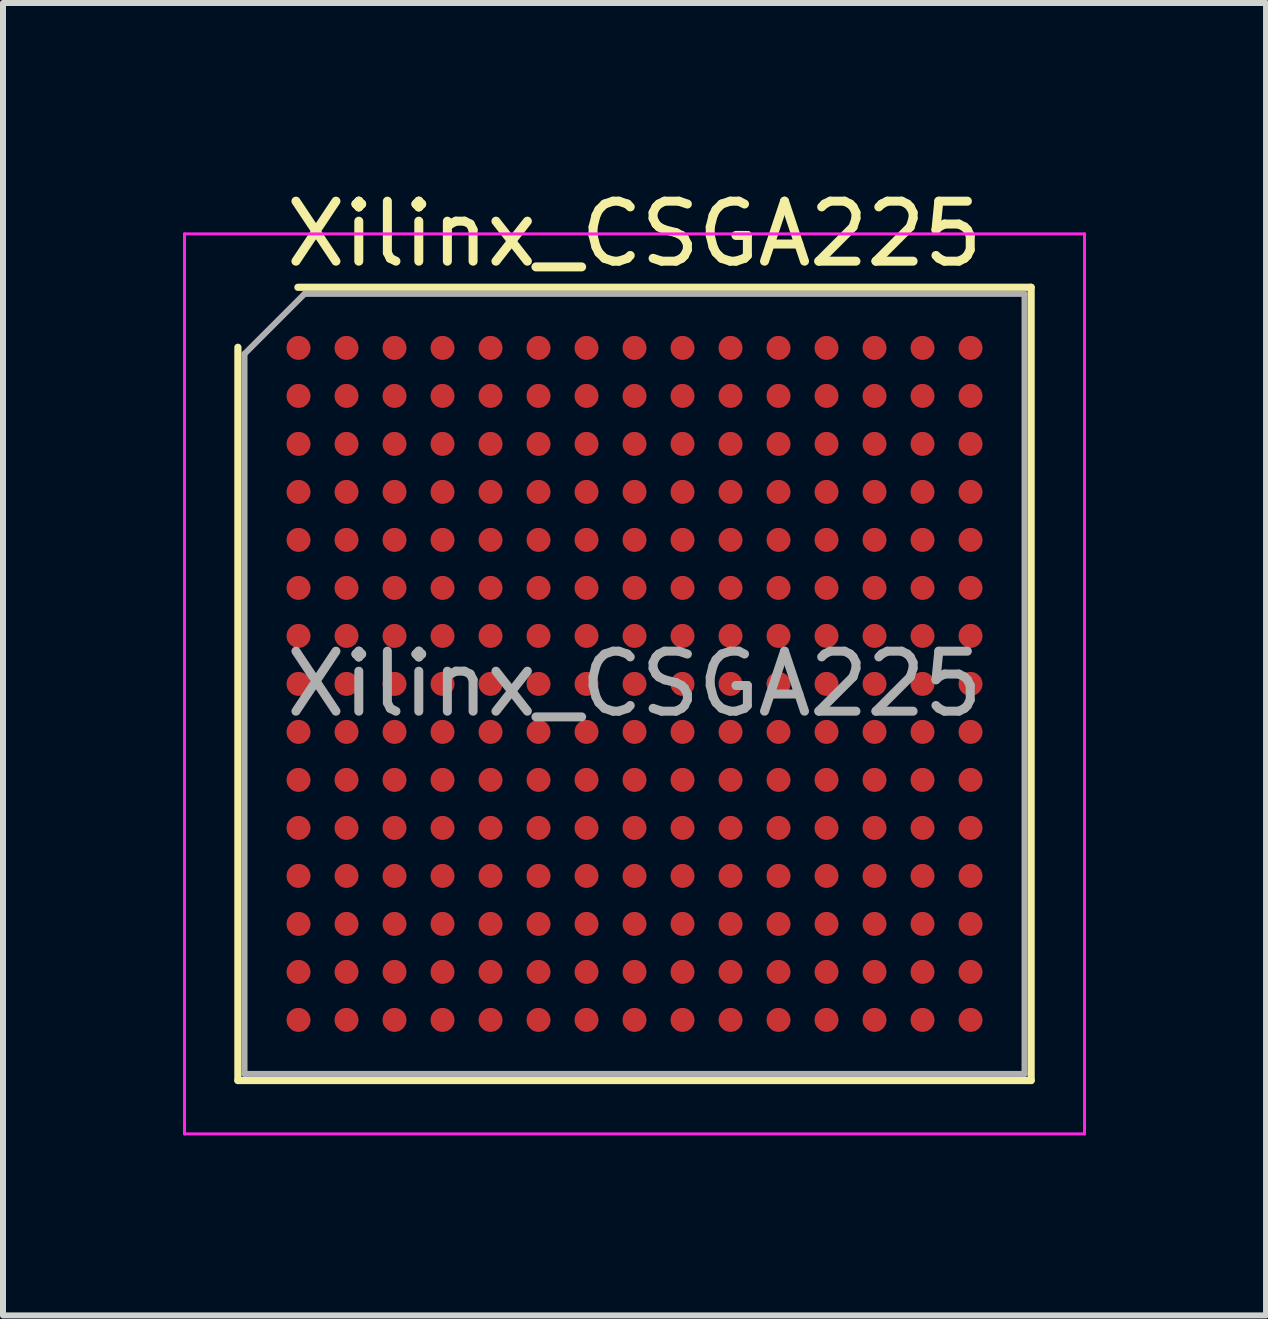
<source format=kicad_pcb>
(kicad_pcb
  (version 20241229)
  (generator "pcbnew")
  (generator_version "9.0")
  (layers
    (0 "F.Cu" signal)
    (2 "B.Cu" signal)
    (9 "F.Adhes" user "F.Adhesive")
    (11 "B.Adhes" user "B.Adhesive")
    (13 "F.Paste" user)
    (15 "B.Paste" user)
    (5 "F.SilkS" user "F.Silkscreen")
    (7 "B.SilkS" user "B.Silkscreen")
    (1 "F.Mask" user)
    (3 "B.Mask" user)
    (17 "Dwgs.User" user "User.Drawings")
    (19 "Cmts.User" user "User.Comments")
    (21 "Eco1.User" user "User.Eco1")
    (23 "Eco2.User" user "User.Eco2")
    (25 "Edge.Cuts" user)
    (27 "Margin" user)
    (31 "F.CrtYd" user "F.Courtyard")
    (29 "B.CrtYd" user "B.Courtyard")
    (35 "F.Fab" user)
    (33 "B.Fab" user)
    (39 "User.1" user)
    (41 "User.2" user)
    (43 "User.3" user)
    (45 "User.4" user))
  (footprint "Xilinx_CSGA225"
    (layer "F.Cu")
    (at 7.525 8.348)
    (property "Reference" "Xilinx_CSGA225" (at 0 -7.5 0) (layer "F.SilkS") (effects (font (size 1 1) (thickness 0.15))))
    (attr smd)
    (fp_line (start -6.61 6.61) (end -6.61 -5.61) (stroke (width 0.12) (type solid)) (layer "F.SilkS"))
    (fp_line (start -5.61 -6.61) (end 6.61 -6.61) (stroke (width 0.12) (type solid)) (layer "F.SilkS"))
    (fp_line (start 6.61 -6.61) (end 6.61 6.61) (stroke (width 0.12) (type solid)) (layer "F.SilkS"))
    (fp_line (start 6.61 6.61) (end -6.61 6.61) (stroke (width 0.12) (type solid)) (layer "F.SilkS"))
    (fp_line (start -7.5 -7.5) (end -7.5 7.5) (stroke (width 0.05) (type solid)) (layer "F.CrtYd"))
    (fp_line (start -7.5 7.5) (end 7.5 7.5) (stroke (width 0.05) (type solid)) (layer "F.CrtYd"))
    (fp_line (start 7.5 -7.5) (end -7.5 -7.5) (stroke (width 0.05) (type solid)) (layer "F.CrtYd"))
    (fp_line (start 7.5 7.5) (end 7.5 -7.5) (stroke (width 0.05) (type solid)) (layer "F.CrtYd"))
    (fp_line (start -6.5 -5.5) (end -5.5 -6.5) (stroke (width 0.1) (type solid)) (layer "F.Fab"))
    (fp_line (start -6.5 6.5) (end -6.5 -5.5) (stroke (width 0.1) (type solid)) (layer "F.Fab"))
    (fp_line (start -5.5 -6.5) (end 6.5 -6.5) (stroke (width 0.1) (type solid)) (layer "F.Fab"))
    (fp_line (start 6.5 -6.5) (end 6.5 6.5) (stroke (width 0.1) (type solid)) (layer "F.Fab"))
    (fp_line (start 6.5 6.5) (end -6.5 6.5) (stroke (width 0.1) (type solid)) (layer "F.Fab"))
    (fp_text user "${REFERENCE}" (at 0 0 0) (layer "F.Fab") (effects (font (size 1 1) (thickness 0.15))))
    (pad "A1" smd circle (at -5.6 -5.6) (size 0.4 0.4) (layers "F.Cu" "F.Mask" "F.Paste"))
    (pad "A2" smd circle (at -4.8 -5.6) (size 0.4 0.4) (layers "F.Cu" "F.Mask" "F.Paste"))
    (pad "A3" smd circle (at -4 -5.6) (size 0.4 0.4) (layers "F.Cu" "F.Mask" "F.Paste"))
    (pad "A4" smd circle (at -3.2 -5.6) (size 0.4 0.4) (layers "F.Cu" "F.Mask" "F.Paste"))
    (pad "A5" smd circle (at -2.4 -5.6) (size 0.4 0.4) (layers "F.Cu" "F.Mask" "F.Paste"))
    (pad "A6" smd circle (at -1.6 -5.6) (size 0.4 0.4) (layers "F.Cu" "F.Mask" "F.Paste"))
    (pad "A7" smd circle (at -0.8 -5.6) (size 0.4 0.4) (layers "F.Cu" "F.Mask" "F.Paste"))
    (pad "A8" smd circle (at 0 -5.6) (size 0.4 0.4) (layers "F.Cu" "F.Mask" "F.Paste"))
    (pad "A9" smd circle (at 0.8 -5.6) (size 0.4 0.4) (layers "F.Cu" "F.Mask" "F.Paste"))
    (pad "A10" smd circle (at 1.6 -5.6) (size 0.4 0.4) (layers "F.Cu" "F.Mask" "F.Paste"))
    (pad "A11" smd circle (at 2.4 -5.6) (size 0.4 0.4) (layers "F.Cu" "F.Mask" "F.Paste"))
    (pad "A12" smd circle (at 3.2 -5.6) (size 0.4 0.4) (layers "F.Cu" "F.Mask" "F.Paste"))
    (pad "A13" smd circle (at 4 -5.6) (size 0.4 0.4) (layers "F.Cu" "F.Mask" "F.Paste"))
    (pad "A14" smd circle (at 4.8 -5.6) (size 0.4 0.4) (layers "F.Cu" "F.Mask" "F.Paste"))
    (pad "A15" smd circle (at 5.6 -5.6) (size 0.4 0.4) (layers "F.Cu" "F.Mask" "F.Paste"))
    (pad "B1" smd circle (at -5.6 -4.8) (size 0.4 0.4) (layers "F.Cu" "F.Mask" "F.Paste"))
    (pad "B2" smd circle (at -4.8 -4.8) (size 0.4 0.4) (layers "F.Cu" "F.Mask" "F.Paste"))
    (pad "B3" smd circle (at -4 -4.8) (size 0.4 0.4) (layers "F.Cu" "F.Mask" "F.Paste"))
    (pad "B4" smd circle (at -3.2 -4.8) (size 0.4 0.4) (layers "F.Cu" "F.Mask" "F.Paste"))
    (pad "B5" smd circle (at -2.4 -4.8) (size 0.4 0.4) (layers "F.Cu" "F.Mask" "F.Paste"))
    (pad "B6" smd circle (at -1.6 -4.8) (size 0.4 0.4) (layers "F.Cu" "F.Mask" "F.Paste"))
    (pad "B7" smd circle (at -0.8 -4.8) (size 0.4 0.4) (layers "F.Cu" "F.Mask" "F.Paste"))
    (pad "B8" smd circle (at 0 -4.8) (size 0.4 0.4) (layers "F.Cu" "F.Mask" "F.Paste"))
    (pad "B9" smd circle (at 0.8 -4.8) (size 0.4 0.4) (layers "F.Cu" "F.Mask" "F.Paste"))
    (pad "B10" smd circle (at 1.6 -4.8) (size 0.4 0.4) (layers "F.Cu" "F.Mask" "F.Paste"))
    (pad "B11" smd circle (at 2.4 -4.8) (size 0.4 0.4) (layers "F.Cu" "F.Mask" "F.Paste"))
    (pad "B12" smd circle (at 3.2 -4.8) (size 0.4 0.4) (layers "F.Cu" "F.Mask" "F.Paste"))
    (pad "B13" smd circle (at 4 -4.8) (size 0.4 0.4) (layers "F.Cu" "F.Mask" "F.Paste"))
    (pad "B14" smd circle (at 4.8 -4.8) (size 0.4 0.4) (layers "F.Cu" "F.Mask" "F.Paste"))
    (pad "B15" smd circle (at 5.6 -4.8) (size 0.4 0.4) (layers "F.Cu" "F.Mask" "F.Paste"))
    (pad "C1" smd circle (at -5.6 -4) (size 0.4 0.4) (layers "F.Cu" "F.Mask" "F.Paste"))
    (pad "C2" smd circle (at -4.8 -4) (size 0.4 0.4) (layers "F.Cu" "F.Mask" "F.Paste"))
    (pad "C3" smd circle (at -4 -4) (size 0.4 0.4) (layers "F.Cu" "F.Mask" "F.Paste"))
    (pad "C4" smd circle (at -3.2 -4) (size 0.4 0.4) (layers "F.Cu" "F.Mask" "F.Paste"))
    (pad "C5" smd circle (at -2.4 -4) (size 0.4 0.4) (layers "F.Cu" "F.Mask" "F.Paste"))
    (pad "C6" smd circle (at -1.6 -4) (size 0.4 0.4) (layers "F.Cu" "F.Mask" "F.Paste"))
    (pad "C7" smd circle (at -0.8 -4) (size 0.4 0.4) (layers "F.Cu" "F.Mask" "F.Paste"))
    (pad "C8" smd circle (at 0 -4) (size 0.4 0.4) (layers "F.Cu" "F.Mask" "F.Paste"))
    (pad "C9" smd circle (at 0.8 -4) (size 0.4 0.4) (layers "F.Cu" "F.Mask" "F.Paste"))
    (pad "C10" smd circle (at 1.6 -4) (size 0.4 0.4) (layers "F.Cu" "F.Mask" "F.Paste"))
    (pad "C11" smd circle (at 2.4 -4) (size 0.4 0.4) (layers "F.Cu" "F.Mask" "F.Paste"))
    (pad "C12" smd circle (at 3.2 -4) (size 0.4 0.4) (layers "F.Cu" "F.Mask" "F.Paste"))
    (pad "C13" smd circle (at 4 -4) (size 0.4 0.4) (layers "F.Cu" "F.Mask" "F.Paste"))
    (pad "C14" smd circle (at 4.8 -4) (size 0.4 0.4) (layers "F.Cu" "F.Mask" "F.Paste"))
    (pad "C15" smd circle (at 5.6 -4) (size 0.4 0.4) (layers "F.Cu" "F.Mask" "F.Paste"))
    (pad "D1" smd circle (at -5.6 -3.2) (size 0.4 0.4) (layers "F.Cu" "F.Mask" "F.Paste"))
    (pad "D2" smd circle (at -4.8 -3.2) (size 0.4 0.4) (layers "F.Cu" "F.Mask" "F.Paste"))
    (pad "D3" smd circle (at -4 -3.2) (size 0.4 0.4) (layers "F.Cu" "F.Mask" "F.Paste"))
    (pad "D4" smd circle (at -3.2 -3.2) (size 0.4 0.4) (layers "F.Cu" "F.Mask" "F.Paste"))
    (pad "D5" smd circle (at -2.4 -3.2) (size 0.4 0.4) (layers "F.Cu" "F.Mask" "F.Paste"))
    (pad "D6" smd circle (at -1.6 -3.2) (size 0.4 0.4) (layers "F.Cu" "F.Mask" "F.Paste"))
    (pad "D7" smd circle (at -0.8 -3.2) (size 0.4 0.4) (layers "F.Cu" "F.Mask" "F.Paste"))
    (pad "D8" smd circle (at 0 -3.2) (size 0.4 0.4) (layers "F.Cu" "F.Mask" "F.Paste"))
    (pad "D9" smd circle (at 0.8 -3.2) (size 0.4 0.4) (layers "F.Cu" "F.Mask" "F.Paste"))
    (pad "D10" smd circle (at 1.6 -3.2) (size 0.4 0.4) (layers "F.Cu" "F.Mask" "F.Paste"))
    (pad "D11" smd circle (at 2.4 -3.2) (size 0.4 0.4) (layers "F.Cu" "F.Mask" "F.Paste"))
    (pad "D12" smd circle (at 3.2 -3.2) (size 0.4 0.4) (layers "F.Cu" "F.Mask" "F.Paste"))
    (pad "D13" smd circle (at 4 -3.2) (size 0.4 0.4) (layers "F.Cu" "F.Mask" "F.Paste"))
    (pad "D14" smd circle (at 4.8 -3.2) (size 0.4 0.4) (layers "F.Cu" "F.Mask" "F.Paste"))
    (pad "D15" smd circle (at 5.6 -3.2) (size 0.4 0.4) (layers "F.Cu" "F.Mask" "F.Paste"))
    (pad "E1" smd circle (at -5.6 -2.4) (size 0.4 0.4) (layers "F.Cu" "F.Mask" "F.Paste"))
    (pad "E2" smd circle (at -4.8 -2.4) (size 0.4 0.4) (layers "F.Cu" "F.Mask" "F.Paste"))
    (pad "E3" smd circle (at -4 -2.4) (size 0.4 0.4) (layers "F.Cu" "F.Mask" "F.Paste"))
    (pad "E4" smd circle (at -3.2 -2.4) (size 0.4 0.4) (layers "F.Cu" "F.Mask" "F.Paste"))
    (pad "E5" smd circle (at -2.4 -2.4) (size 0.4 0.4) (layers "F.Cu" "F.Mask" "F.Paste"))
    (pad "E6" smd circle (at -1.6 -2.4) (size 0.4 0.4) (layers "F.Cu" "F.Mask" "F.Paste"))
    (pad "E7" smd circle (at -0.8 -2.4) (size 0.4 0.4) (layers "F.Cu" "F.Mask" "F.Paste"))
    (pad "E8" smd circle (at 0 -2.4) (size 0.4 0.4) (layers "F.Cu" "F.Mask" "F.Paste"))
    (pad "E9" smd circle (at 0.8 -2.4) (size 0.4 0.4) (layers "F.Cu" "F.Mask" "F.Paste"))
    (pad "E10" smd circle (at 1.6 -2.4) (size 0.4 0.4) (layers "F.Cu" "F.Mask" "F.Paste"))
    (pad "E11" smd circle (at 2.4 -2.4) (size 0.4 0.4) (layers "F.Cu" "F.Mask" "F.Paste"))
    (pad "E12" smd circle (at 3.2 -2.4) (size 0.4 0.4) (layers "F.Cu" "F.Mask" "F.Paste"))
    (pad "E13" smd circle (at 4 -2.4) (size 0.4 0.4) (layers "F.Cu" "F.Mask" "F.Paste"))
    (pad "E14" smd circle (at 4.8 -2.4) (size 0.4 0.4) (layers "F.Cu" "F.Mask" "F.Paste"))
    (pad "E15" smd circle (at 5.6 -2.4) (size 0.4 0.4) (layers "F.Cu" "F.Mask" "F.Paste"))
    (pad "F1" smd circle (at -5.6 -1.6) (size 0.4 0.4) (layers "F.Cu" "F.Mask" "F.Paste"))
    (pad "F2" smd circle (at -4.8 -1.6) (size 0.4 0.4) (layers "F.Cu" "F.Mask" "F.Paste"))
    (pad "F3" smd circle (at -4 -1.6) (size 0.4 0.4) (layers "F.Cu" "F.Mask" "F.Paste"))
    (pad "F4" smd circle (at -3.2 -1.6) (size 0.4 0.4) (layers "F.Cu" "F.Mask" "F.Paste"))
    (pad "F5" smd circle (at -2.4 -1.6) (size 0.4 0.4) (layers "F.Cu" "F.Mask" "F.Paste"))
    (pad "F6" smd circle (at -1.6 -1.6) (size 0.4 0.4) (layers "F.Cu" "F.Mask" "F.Paste"))
    (pad "F7" smd circle (at -0.8 -1.6) (size 0.4 0.4) (layers "F.Cu" "F.Mask" "F.Paste"))
    (pad "F8" smd circle (at 0 -1.6) (size 0.4 0.4) (layers "F.Cu" "F.Mask" "F.Paste"))
    (pad "F9" smd circle (at 0.8 -1.6) (size 0.4 0.4) (layers "F.Cu" "F.Mask" "F.Paste"))
    (pad "F10" smd circle (at 1.6 -1.6) (size 0.4 0.4) (layers "F.Cu" "F.Mask" "F.Paste"))
    (pad "F11" smd circle (at 2.4 -1.6) (size 0.4 0.4) (layers "F.Cu" "F.Mask" "F.Paste"))
    (pad "F12" smd circle (at 3.2 -1.6) (size 0.4 0.4) (layers "F.Cu" "F.Mask" "F.Paste"))
    (pad "F13" smd circle (at 4 -1.6) (size 0.4 0.4) (layers "F.Cu" "F.Mask" "F.Paste"))
    (pad "F14" smd circle (at 4.8 -1.6) (size 0.4 0.4) (layers "F.Cu" "F.Mask" "F.Paste"))
    (pad "F15" smd circle (at 5.6 -1.6) (size 0.4 0.4) (layers "F.Cu" "F.Mask" "F.Paste"))
    (pad "G1" smd circle (at -5.6 -0.8) (size 0.4 0.4) (layers "F.Cu" "F.Mask" "F.Paste"))
    (pad "G2" smd circle (at -4.8 -0.8) (size 0.4 0.4) (layers "F.Cu" "F.Mask" "F.Paste"))
    (pad "G3" smd circle (at -4 -0.8) (size 0.4 0.4) (layers "F.Cu" "F.Mask" "F.Paste"))
    (pad "G4" smd circle (at -3.2 -0.8) (size 0.4 0.4) (layers "F.Cu" "F.Mask" "F.Paste"))
    (pad "G5" smd circle (at -2.4 -0.8) (size 0.4 0.4) (layers "F.Cu" "F.Mask" "F.Paste"))
    (pad "G6" smd circle (at -1.6 -0.8) (size 0.4 0.4) (layers "F.Cu" "F.Mask" "F.Paste"))
    (pad "G7" smd circle (at -0.8 -0.8) (size 0.4 0.4) (layers "F.Cu" "F.Mask" "F.Paste"))
    (pad "G8" smd circle (at 0 -0.8) (size 0.4 0.4) (layers "F.Cu" "F.Mask" "F.Paste"))
    (pad "G9" smd circle (at 0.8 -0.8) (size 0.4 0.4) (layers "F.Cu" "F.Mask" "F.Paste"))
    (pad "G10" smd circle (at 1.6 -0.8) (size 0.4 0.4) (layers "F.Cu" "F.Mask" "F.Paste"))
    (pad "G11" smd circle (at 2.4 -0.8) (size 0.4 0.4) (layers "F.Cu" "F.Mask" "F.Paste"))
    (pad "G12" smd circle (at 3.2 -0.8) (size 0.4 0.4) (layers "F.Cu" "F.Mask" "F.Paste"))
    (pad "G13" smd circle (at 4 -0.8) (size 0.4 0.4) (layers "F.Cu" "F.Mask" "F.Paste"))
    (pad "G14" smd circle (at 4.8 -0.8) (size 0.4 0.4) (layers "F.Cu" "F.Mask" "F.Paste"))
    (pad "G15" smd circle (at 5.6 -0.8) (size 0.4 0.4) (layers "F.Cu" "F.Mask" "F.Paste"))
    (pad "H1" smd circle (at -5.6 0) (size 0.4 0.4) (layers "F.Cu" "F.Mask" "F.Paste"))
    (pad "H2" smd circle (at -4.8 0) (size 0.4 0.4) (layers "F.Cu" "F.Mask" "F.Paste"))
    (pad "H3" smd circle (at -4 0) (size 0.4 0.4) (layers "F.Cu" "F.Mask" "F.Paste"))
    (pad "H4" smd circle (at -3.2 0) (size 0.4 0.4) (layers "F.Cu" "F.Mask" "F.Paste"))
    (pad "H5" smd circle (at -2.4 0) (size 0.4 0.4) (layers "F.Cu" "F.Mask" "F.Paste"))
    (pad "H6" smd circle (at -1.6 0) (size 0.4 0.4) (layers "F.Cu" "F.Mask" "F.Paste"))
    (pad "H7" smd circle (at -0.8 0) (size 0.4 0.4) (layers "F.Cu" "F.Mask" "F.Paste"))
    (pad "H8" smd circle (at 0 0) (size 0.4 0.4) (layers "F.Cu" "F.Mask" "F.Paste"))
    (pad "H9" smd circle (at 0.8 0) (size 0.4 0.4) (layers "F.Cu" "F.Mask" "F.Paste"))
    (pad "H10" smd circle (at 1.6 0) (size 0.4 0.4) (layers "F.Cu" "F.Mask" "F.Paste"))
    (pad "H11" smd circle (at 2.4 0) (size 0.4 0.4) (layers "F.Cu" "F.Mask" "F.Paste"))
    (pad "H12" smd circle (at 3.2 0) (size 0.4 0.4) (layers "F.Cu" "F.Mask" "F.Paste"))
    (pad "H13" smd circle (at 4 0) (size 0.4 0.4) (layers "F.Cu" "F.Mask" "F.Paste"))
    (pad "H14" smd circle (at 4.8 0) (size 0.4 0.4) (layers "F.Cu" "F.Mask" "F.Paste"))
    (pad "H15" smd circle (at 5.6 0) (size 0.4 0.4) (layers "F.Cu" "F.Mask" "F.Paste"))
    (pad "J1" smd circle (at -5.6 0.8) (size 0.4 0.4) (layers "F.Cu" "F.Mask" "F.Paste"))
    (pad "J2" smd circle (at -4.8 0.8) (size 0.4 0.4) (layers "F.Cu" "F.Mask" "F.Paste"))
    (pad "J3" smd circle (at -4 0.8) (size 0.4 0.4) (layers "F.Cu" "F.Mask" "F.Paste"))
    (pad "J4" smd circle (at -3.2 0.8) (size 0.4 0.4) (layers "F.Cu" "F.Mask" "F.Paste"))
    (pad "J5" smd circle (at -2.4 0.8) (size 0.4 0.4) (layers "F.Cu" "F.Mask" "F.Paste"))
    (pad "J6" smd circle (at -1.6 0.8) (size 0.4 0.4) (layers "F.Cu" "F.Mask" "F.Paste"))
    (pad "J7" smd circle (at -0.8 0.8) (size 0.4 0.4) (layers "F.Cu" "F.Mask" "F.Paste"))
    (pad "J8" smd circle (at 0 0.8) (size 0.4 0.4) (layers "F.Cu" "F.Mask" "F.Paste"))
    (pad "J9" smd circle (at 0.8 0.8) (size 0.4 0.4) (layers "F.Cu" "F.Mask" "F.Paste"))
    (pad "J10" smd circle (at 1.6 0.8) (size 0.4 0.4) (layers "F.Cu" "F.Mask" "F.Paste"))
    (pad "J11" smd circle (at 2.4 0.8) (size 0.4 0.4) (layers "F.Cu" "F.Mask" "F.Paste"))
    (pad "J12" smd circle (at 3.2 0.8) (size 0.4 0.4) (layers "F.Cu" "F.Mask" "F.Paste"))
    (pad "J13" smd circle (at 4 0.8) (size 0.4 0.4) (layers "F.Cu" "F.Mask" "F.Paste"))
    (pad "J14" smd circle (at 4.8 0.8) (size 0.4 0.4) (layers "F.Cu" "F.Mask" "F.Paste"))
    (pad "J15" smd circle (at 5.6 0.8) (size 0.4 0.4) (layers "F.Cu" "F.Mask" "F.Paste"))
    (pad "K1" smd circle (at -5.6 1.6) (size 0.4 0.4) (layers "F.Cu" "F.Mask" "F.Paste"))
    (pad "K2" smd circle (at -4.8 1.6) (size 0.4 0.4) (layers "F.Cu" "F.Mask" "F.Paste"))
    (pad "K3" smd circle (at -4 1.6) (size 0.4 0.4) (layers "F.Cu" "F.Mask" "F.Paste"))
    (pad "K4" smd circle (at -3.2 1.6) (size 0.4 0.4) (layers "F.Cu" "F.Mask" "F.Paste"))
    (pad "K5" smd circle (at -2.4 1.6) (size 0.4 0.4) (layers "F.Cu" "F.Mask" "F.Paste"))
    (pad "K6" smd circle (at -1.6 1.6) (size 0.4 0.4) (layers "F.Cu" "F.Mask" "F.Paste"))
    (pad "K7" smd circle (at -0.8 1.6) (size 0.4 0.4) (layers "F.Cu" "F.Mask" "F.Paste"))
    (pad "K8" smd circle (at 0 1.6) (size 0.4 0.4) (layers "F.Cu" "F.Mask" "F.Paste"))
    (pad "K9" smd circle (at 0.8 1.6) (size 0.4 0.4) (layers "F.Cu" "F.Mask" "F.Paste"))
    (pad "K10" smd circle (at 1.6 1.6) (size 0.4 0.4) (layers "F.Cu" "F.Mask" "F.Paste"))
    (pad "K11" smd circle (at 2.4 1.6) (size 0.4 0.4) (layers "F.Cu" "F.Mask" "F.Paste"))
    (pad "K12" smd circle (at 3.2 1.6) (size 0.4 0.4) (layers "F.Cu" "F.Mask" "F.Paste"))
    (pad "K13" smd circle (at 4 1.6) (size 0.4 0.4) (layers "F.Cu" "F.Mask" "F.Paste"))
    (pad "K14" smd circle (at 4.8 1.6) (size 0.4 0.4) (layers "F.Cu" "F.Mask" "F.Paste"))
    (pad "K15" smd circle (at 5.6 1.6) (size 0.4 0.4) (layers "F.Cu" "F.Mask" "F.Paste"))
    (pad "L1" smd circle (at -5.6 2.4) (size 0.4 0.4) (layers "F.Cu" "F.Mask" "F.Paste"))
    (pad "L2" smd circle (at -4.8 2.4) (size 0.4 0.4) (layers "F.Cu" "F.Mask" "F.Paste"))
    (pad "L3" smd circle (at -4 2.4) (size 0.4 0.4) (layers "F.Cu" "F.Mask" "F.Paste"))
    (pad "L4" smd circle (at -3.2 2.4) (size 0.4 0.4) (layers "F.Cu" "F.Mask" "F.Paste"))
    (pad "L5" smd circle (at -2.4 2.4) (size 0.4 0.4) (layers "F.Cu" "F.Mask" "F.Paste"))
    (pad "L6" smd circle (at -1.6 2.4) (size 0.4 0.4) (layers "F.Cu" "F.Mask" "F.Paste"))
    (pad "L7" smd circle (at -0.8 2.4) (size 0.4 0.4) (layers "F.Cu" "F.Mask" "F.Paste"))
    (pad "L8" smd circle (at 0 2.4) (size 0.4 0.4) (layers "F.Cu" "F.Mask" "F.Paste"))
    (pad "L9" smd circle (at 0.8 2.4) (size 0.4 0.4) (layers "F.Cu" "F.Mask" "F.Paste"))
    (pad "L10" smd circle (at 1.6 2.4) (size 0.4 0.4) (layers "F.Cu" "F.Mask" "F.Paste"))
    (pad "L11" smd circle (at 2.4 2.4) (size 0.4 0.4) (layers "F.Cu" "F.Mask" "F.Paste"))
    (pad "L12" smd circle (at 3.2 2.4) (size 0.4 0.4) (layers "F.Cu" "F.Mask" "F.Paste"))
    (pad "L13" smd circle (at 4 2.4) (size 0.4 0.4) (layers "F.Cu" "F.Mask" "F.Paste"))
    (pad "L14" smd circle (at 4.8 2.4) (size 0.4 0.4) (layers "F.Cu" "F.Mask" "F.Paste"))
    (pad "L15" smd circle (at 5.6 2.4) (size 0.4 0.4) (layers "F.Cu" "F.Mask" "F.Paste"))
    (pad "M1" smd circle (at -5.6 3.2) (size 0.4 0.4) (layers "F.Cu" "F.Mask" "F.Paste"))
    (pad "M2" smd circle (at -4.8 3.2) (size 0.4 0.4) (layers "F.Cu" "F.Mask" "F.Paste"))
    (pad "M3" smd circle (at -4 3.2) (size 0.4 0.4) (layers "F.Cu" "F.Mask" "F.Paste"))
    (pad "M4" smd circle (at -3.2 3.2) (size 0.4 0.4) (layers "F.Cu" "F.Mask" "F.Paste"))
    (pad "M5" smd circle (at -2.4 3.2) (size 0.4 0.4) (layers "F.Cu" "F.Mask" "F.Paste"))
    (pad "M6" smd circle (at -1.6 3.2) (size 0.4 0.4) (layers "F.Cu" "F.Mask" "F.Paste"))
    (pad "M7" smd circle (at -0.8 3.2) (size 0.4 0.4) (layers "F.Cu" "F.Mask" "F.Paste"))
    (pad "M8" smd circle (at 0 3.2) (size 0.4 0.4) (layers "F.Cu" "F.Mask" "F.Paste"))
    (pad "M9" smd circle (at 0.8 3.2) (size 0.4 0.4) (layers "F.Cu" "F.Mask" "F.Paste"))
    (pad "M10" smd circle (at 1.6 3.2) (size 0.4 0.4) (layers "F.Cu" "F.Mask" "F.Paste"))
    (pad "M11" smd circle (at 2.4 3.2) (size 0.4 0.4) (layers "F.Cu" "F.Mask" "F.Paste"))
    (pad "M12" smd circle (at 3.2 3.2) (size 0.4 0.4) (layers "F.Cu" "F.Mask" "F.Paste"))
    (pad "M13" smd circle (at 4 3.2) (size 0.4 0.4) (layers "F.Cu" "F.Mask" "F.Paste"))
    (pad "M14" smd circle (at 4.8 3.2) (size 0.4 0.4) (layers "F.Cu" "F.Mask" "F.Paste"))
    (pad "M15" smd circle (at 5.6 3.2) (size 0.4 0.4) (layers "F.Cu" "F.Mask" "F.Paste"))
    (pad "N1" smd circle (at -5.6 4) (size 0.4 0.4) (layers "F.Cu" "F.Mask" "F.Paste"))
    (pad "N2" smd circle (at -4.8 4) (size 0.4 0.4) (layers "F.Cu" "F.Mask" "F.Paste"))
    (pad "N3" smd circle (at -4 4) (size 0.4 0.4) (layers "F.Cu" "F.Mask" "F.Paste"))
    (pad "N4" smd circle (at -3.2 4) (size 0.4 0.4) (layers "F.Cu" "F.Mask" "F.Paste"))
    (pad "N5" smd circle (at -2.4 4) (size 0.4 0.4) (layers "F.Cu" "F.Mask" "F.Paste"))
    (pad "N6" smd circle (at -1.6 4) (size 0.4 0.4) (layers "F.Cu" "F.Mask" "F.Paste"))
    (pad "N7" smd circle (at -0.8 4) (size 0.4 0.4) (layers "F.Cu" "F.Mask" "F.Paste"))
    (pad "N8" smd circle (at 0 4) (size 0.4 0.4) (layers "F.Cu" "F.Mask" "F.Paste"))
    (pad "N9" smd circle (at 0.8 4) (size 0.4 0.4) (layers "F.Cu" "F.Mask" "F.Paste"))
    (pad "N10" smd circle (at 1.6 4) (size 0.4 0.4) (layers "F.Cu" "F.Mask" "F.Paste"))
    (pad "N11" smd circle (at 2.4 4) (size 0.4 0.4) (layers "F.Cu" "F.Mask" "F.Paste"))
    (pad "N12" smd circle (at 3.2 4) (size 0.4 0.4) (layers "F.Cu" "F.Mask" "F.Paste"))
    (pad "N13" smd circle (at 4 4) (size 0.4 0.4) (layers "F.Cu" "F.Mask" "F.Paste"))
    (pad "N14" smd circle (at 4.8 4) (size 0.4 0.4) (layers "F.Cu" "F.Mask" "F.Paste"))
    (pad "N15" smd circle (at 5.6 4) (size 0.4 0.4) (layers "F.Cu" "F.Mask" "F.Paste"))
    (pad "P1" smd circle (at -5.6 4.8) (size 0.4 0.4) (layers "F.Cu" "F.Mask" "F.Paste"))
    (pad "P2" smd circle (at -4.8 4.8) (size 0.4 0.4) (layers "F.Cu" "F.Mask" "F.Paste"))
    (pad "P3" smd circle (at -4 4.8) (size 0.4 0.4) (layers "F.Cu" "F.Mask" "F.Paste"))
    (pad "P4" smd circle (at -3.2 4.8) (size 0.4 0.4) (layers "F.Cu" "F.Mask" "F.Paste"))
    (pad "P5" smd circle (at -2.4 4.8) (size 0.4 0.4) (layers "F.Cu" "F.Mask" "F.Paste"))
    (pad "P6" smd circle (at -1.6 4.8) (size 0.4 0.4) (layers "F.Cu" "F.Mask" "F.Paste"))
    (pad "P7" smd circle (at -0.8 4.8) (size 0.4 0.4) (layers "F.Cu" "F.Mask" "F.Paste"))
    (pad "P8" smd circle (at 0 4.8) (size 0.4 0.4) (layers "F.Cu" "F.Mask" "F.Paste"))
    (pad "P9" smd circle (at 0.8 4.8) (size 0.4 0.4) (layers "F.Cu" "F.Mask" "F.Paste"))
    (pad "P10" smd circle (at 1.6 4.8) (size 0.4 0.4) (layers "F.Cu" "F.Mask" "F.Paste"))
    (pad "P11" smd circle (at 2.4 4.8) (size 0.4 0.4) (layers "F.Cu" "F.Mask" "F.Paste"))
    (pad "P12" smd circle (at 3.2 4.8) (size 0.4 0.4) (layers "F.Cu" "F.Mask" "F.Paste"))
    (pad "P13" smd circle (at 4 4.8) (size 0.4 0.4) (layers "F.Cu" "F.Mask" "F.Paste"))
    (pad "P14" smd circle (at 4.8 4.8) (size 0.4 0.4) (layers "F.Cu" "F.Mask" "F.Paste"))
    (pad "P15" smd circle (at 5.6 4.8) (size 0.4 0.4) (layers "F.Cu" "F.Mask" "F.Paste"))
    (pad "R1" smd circle (at -5.6 5.6) (size 0.4 0.4) (layers "F.Cu" "F.Mask" "F.Paste"))
    (pad "R2" smd circle (at -4.8 5.6) (size 0.4 0.4) (layers "F.Cu" "F.Mask" "F.Paste"))
    (pad "R3" smd circle (at -4 5.6) (size 0.4 0.4) (layers "F.Cu" "F.Mask" "F.Paste"))
    (pad "R4" smd circle (at -3.2 5.6) (size 0.4 0.4) (layers "F.Cu" "F.Mask" "F.Paste"))
    (pad "R5" smd circle (at -2.4 5.6) (size 0.4 0.4) (layers "F.Cu" "F.Mask" "F.Paste"))
    (pad "R6" smd circle (at -1.6 5.6) (size 0.4 0.4) (layers "F.Cu" "F.Mask" "F.Paste"))
    (pad "R7" smd circle (at -0.8 5.6) (size 0.4 0.4) (layers "F.Cu" "F.Mask" "F.Paste"))
    (pad "R8" smd circle (at 0 5.6) (size 0.4 0.4) (layers "F.Cu" "F.Mask" "F.Paste"))
    (pad "R9" smd circle (at 0.8 5.6) (size 0.4 0.4) (layers "F.Cu" "F.Mask" "F.Paste"))
    (pad "R10" smd circle (at 1.6 5.6) (size 0.4 0.4) (layers "F.Cu" "F.Mask" "F.Paste"))
    (pad "R11" smd circle (at 2.4 5.6) (size 0.4 0.4) (layers "F.Cu" "F.Mask" "F.Paste"))
    (pad "R12" smd circle (at 3.2 5.6) (size 0.4 0.4) (layers "F.Cu" "F.Mask" "F.Paste"))
    (pad "R13" smd circle (at 4 5.6) (size 0.4 0.4) (layers "F.Cu" "F.Mask" "F.Paste"))
    (pad "R14" smd circle (at 4.8 5.6) (size 0.4 0.4) (layers "F.Cu" "F.Mask" "F.Paste"))
    (pad "R15" smd circle (at 5.6 5.6) (size 0.4 0.4) (layers "F.Cu" "F.Mask" "F.Paste")))
  (gr_rect
    (start -3 -3)
    (end 18.05 18.873)
    (stroke (width 0.1) (type default))
    (fill no)
    (layer "Edge.Cuts")))
</source>
